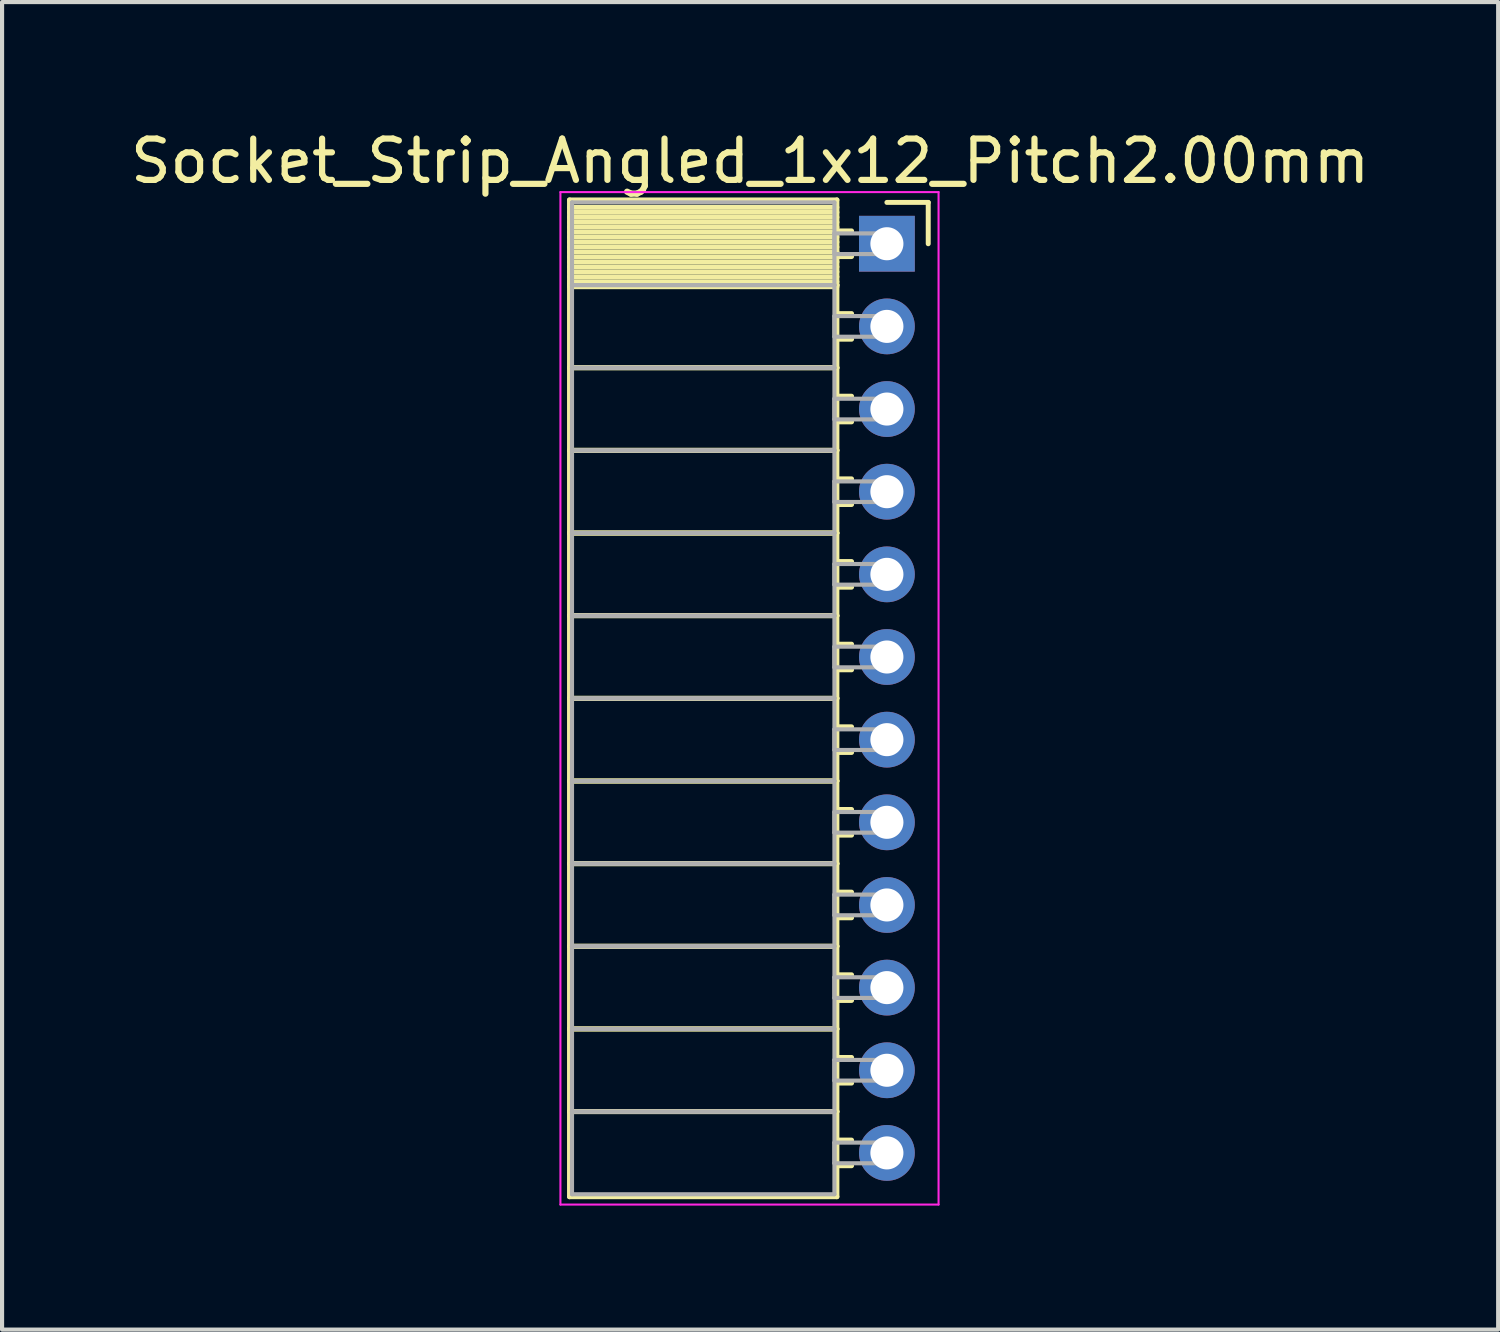
<source format=kicad_pcb>
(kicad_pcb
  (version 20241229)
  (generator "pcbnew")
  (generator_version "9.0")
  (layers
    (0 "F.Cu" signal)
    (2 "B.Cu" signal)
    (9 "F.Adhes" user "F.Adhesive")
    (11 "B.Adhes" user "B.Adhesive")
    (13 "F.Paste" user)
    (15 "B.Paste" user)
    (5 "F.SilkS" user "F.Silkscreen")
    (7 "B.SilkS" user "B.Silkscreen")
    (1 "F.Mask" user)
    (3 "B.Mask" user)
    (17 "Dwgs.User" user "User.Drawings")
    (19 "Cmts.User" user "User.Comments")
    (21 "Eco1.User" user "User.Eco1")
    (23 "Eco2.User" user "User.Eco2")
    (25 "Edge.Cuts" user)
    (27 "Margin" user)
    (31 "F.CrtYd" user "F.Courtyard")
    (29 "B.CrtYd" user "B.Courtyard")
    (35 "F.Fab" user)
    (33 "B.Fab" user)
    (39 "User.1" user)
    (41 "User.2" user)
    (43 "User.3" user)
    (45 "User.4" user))
  (footprint "Socket_Strip_Angled_1x12_Pitch2.00mm"
    (layer "F.Cu")
    (at 18.411 2.848)
    (property "Reference" "Socket_Strip_Angled_1x12_Pitch2.00mm" (at -3.31 -2 0) (layer "F.SilkS") (effects (font (size 1 1) (thickness 0.15))))
    (attr through_hole)
    (fp_line (start -7.68 -1.06) (end -1.21 -1.06) (stroke (width 0.12) (type solid)) (layer "F.SilkS"))
    (fp_line (start -7.68 1) (end -7.68 -1.06) (stroke (width 0.12) (type solid)) (layer "F.SilkS"))
    (fp_line (start -7.68 1) (end -1.21 1) (stroke (width 0.12) (type solid)) (layer "F.SilkS"))
    (fp_line (start -7.68 3) (end -7.68 1) (stroke (width 0.12) (type solid)) (layer "F.SilkS"))
    (fp_line (start -7.68 3) (end -1.21 3) (stroke (width 0.12) (type solid)) (layer "F.SilkS"))
    (fp_line (start -7.68 5) (end -7.68 3) (stroke (width 0.12) (type solid)) (layer "F.SilkS"))
    (fp_line (start -7.68 5) (end -1.21 5) (stroke (width 0.12) (type solid)) (layer "F.SilkS"))
    (fp_line (start -7.68 7) (end -7.68 5) (stroke (width 0.12) (type solid)) (layer "F.SilkS"))
    (fp_line (start -7.68 7) (end -1.21 7) (stroke (width 0.12) (type solid)) (layer "F.SilkS"))
    (fp_line (start -7.68 9) (end -7.68 7) (stroke (width 0.12) (type solid)) (layer "F.SilkS"))
    (fp_line (start -7.68 9) (end -1.21 9) (stroke (width 0.12) (type solid)) (layer "F.SilkS"))
    (fp_line (start -7.68 11) (end -7.68 9) (stroke (width 0.12) (type solid)) (layer "F.SilkS"))
    (fp_line (start -7.68 11) (end -1.21 11) (stroke (width 0.12) (type solid)) (layer "F.SilkS"))
    (fp_line (start -7.68 13) (end -7.68 11) (stroke (width 0.12) (type solid)) (layer "F.SilkS"))
    (fp_line (start -7.68 13) (end -1.21 13) (stroke (width 0.12) (type solid)) (layer "F.SilkS"))
    (fp_line (start -7.68 15) (end -7.68 13) (stroke (width 0.12) (type solid)) (layer "F.SilkS"))
    (fp_line (start -7.68 15) (end -1.21 15) (stroke (width 0.12) (type solid)) (layer "F.SilkS"))
    (fp_line (start -7.68 17) (end -7.68 15) (stroke (width 0.12) (type solid)) (layer "F.SilkS"))
    (fp_line (start -7.68 17) (end -1.21 17) (stroke (width 0.12) (type solid)) (layer "F.SilkS"))
    (fp_line (start -7.68 19) (end -7.68 17) (stroke (width 0.12) (type solid)) (layer "F.SilkS"))
    (fp_line (start -7.68 19) (end -1.21 19) (stroke (width 0.12) (type solid)) (layer "F.SilkS"))
    (fp_line (start -7.68 21) (end -7.68 19) (stroke (width 0.12) (type solid)) (layer "F.SilkS"))
    (fp_line (start -7.68 21) (end -1.21 21) (stroke (width 0.12) (type solid)) (layer "F.SilkS"))
    (fp_line (start -7.68 23.06) (end -7.68 21) (stroke (width 0.12) (type solid)) (layer "F.SilkS"))
    (fp_line (start -1.21 -1.06) (end -1.21 1) (stroke (width 0.12) (type solid)) (layer "F.SilkS"))
    (fp_line (start -1.21 -0.88) (end -7.68 -0.88) (stroke (width 0.12) (type solid)) (layer "F.SilkS"))
    (fp_line (start -1.21 -0.76) (end -7.68 -0.76) (stroke (width 0.12) (type solid)) (layer "F.SilkS"))
    (fp_line (start -1.21 -0.64) (end -7.68 -0.64) (stroke (width 0.12) (type solid)) (layer "F.SilkS"))
    (fp_line (start -1.21 -0.52) (end -7.68 -0.52) (stroke (width 0.12) (type solid)) (layer "F.SilkS"))
    (fp_line (start -1.21 -0.4) (end -7.68 -0.4) (stroke (width 0.12) (type solid)) (layer "F.SilkS"))
    (fp_line (start -1.21 -0.28) (end -7.68 -0.28) (stroke (width 0.12) (type solid)) (layer "F.SilkS"))
    (fp_line (start -1.21 -0.16) (end -7.68 -0.16) (stroke (width 0.12) (type solid)) (layer "F.SilkS"))
    (fp_line (start -1.21 -0.04) (end -7.68 -0.04) (stroke (width 0.12) (type solid)) (layer "F.SilkS"))
    (fp_line (start -1.21 0.08) (end -7.68 0.08) (stroke (width 0.12) (type solid)) (layer "F.SilkS"))
    (fp_line (start -1.21 0.2) (end -7.68 0.2) (stroke (width 0.12) (type solid)) (layer "F.SilkS"))
    (fp_line (start -1.21 0.32) (end -7.68 0.32) (stroke (width 0.12) (type solid)) (layer "F.SilkS"))
    (fp_line (start -1.21 0.44) (end -7.68 0.44) (stroke (width 0.12) (type solid)) (layer "F.SilkS"))
    (fp_line (start -1.21 0.56) (end -7.68 0.56) (stroke (width 0.12) (type solid)) (layer "F.SilkS"))
    (fp_line (start -1.21 0.68) (end -7.68 0.68) (stroke (width 0.12) (type solid)) (layer "F.SilkS"))
    (fp_line (start -1.21 0.8) (end -7.68 0.8) (stroke (width 0.12) (type solid)) (layer "F.SilkS"))
    (fp_line (start -1.21 0.92) (end -7.68 0.92) (stroke (width 0.12) (type solid)) (layer "F.SilkS"))
    (fp_line (start -1.21 1) (end -7.68 1) (stroke (width 0.12) (type solid)) (layer "F.SilkS"))
    (fp_line (start -1.21 1) (end -1.21 3) (stroke (width 0.12) (type solid)) (layer "F.SilkS"))
    (fp_line (start -1.21 1.04) (end -7.68 1.04) (stroke (width 0.12) (type solid)) (layer "F.SilkS"))
    (fp_line (start -1.21 3) (end -7.68 3) (stroke (width 0.12) (type solid)) (layer "F.SilkS"))
    (fp_line (start -1.21 3) (end -1.21 5) (stroke (width 0.12) (type solid)) (layer "F.SilkS"))
    (fp_line (start -1.21 5) (end -7.68 5) (stroke (width 0.12) (type solid)) (layer "F.SilkS"))
    (fp_line (start -1.21 5) (end -1.21 7) (stroke (width 0.12) (type solid)) (layer "F.SilkS"))
    (fp_line (start -1.21 7) (end -7.68 7) (stroke (width 0.12) (type solid)) (layer "F.SilkS"))
    (fp_line (start -1.21 7) (end -1.21 9) (stroke (width 0.12) (type solid)) (layer "F.SilkS"))
    (fp_line (start -1.21 9) (end -7.68 9) (stroke (width 0.12) (type solid)) (layer "F.SilkS"))
    (fp_line (start -1.21 9) (end -1.21 11) (stroke (width 0.12) (type solid)) (layer "F.SilkS"))
    (fp_line (start -1.21 11) (end -7.68 11) (stroke (width 0.12) (type solid)) (layer "F.SilkS"))
    (fp_line (start -1.21 11) (end -1.21 13) (stroke (width 0.12) (type solid)) (layer "F.SilkS"))
    (fp_line (start -1.21 13) (end -7.68 13) (stroke (width 0.12) (type solid)) (layer "F.SilkS"))
    (fp_line (start -1.21 13) (end -1.21 15) (stroke (width 0.12) (type solid)) (layer "F.SilkS"))
    (fp_line (start -1.21 15) (end -7.68 15) (stroke (width 0.12) (type solid)) (layer "F.SilkS"))
    (fp_line (start -1.21 15) (end -1.21 17) (stroke (width 0.12) (type solid)) (layer "F.SilkS"))
    (fp_line (start -1.21 17) (end -7.68 17) (stroke (width 0.12) (type solid)) (layer "F.SilkS"))
    (fp_line (start -1.21 17) (end -1.21 19) (stroke (width 0.12) (type solid)) (layer "F.SilkS"))
    (fp_line (start -1.21 19) (end -7.68 19) (stroke (width 0.12) (type solid)) (layer "F.SilkS"))
    (fp_line (start -1.21 19) (end -1.21 21) (stroke (width 0.12) (type solid)) (layer "F.SilkS"))
    (fp_line (start -1.21 21) (end -7.68 21) (stroke (width 0.12) (type solid)) (layer "F.SilkS"))
    (fp_line (start -1.21 21) (end -1.21 23.06) (stroke (width 0.12) (type solid)) (layer "F.SilkS"))
    (fp_line (start -1.21 23.06) (end -7.68 23.06) (stroke (width 0.12) (type solid)) (layer "F.SilkS"))
    (fp_line (start -0.855 -0.31) (end -1.21 -0.31) (stroke (width 0.12) (type solid)) (layer "F.SilkS"))
    (fp_line (start -0.855 0.31) (end -1.21 0.31) (stroke (width 0.12) (type solid)) (layer "F.SilkS"))
    (fp_line (start -0.855 1.69) (end -1.21 1.69) (stroke (width 0.12) (type solid)) (layer "F.SilkS"))
    (fp_line (start -0.855 2.31) (end -1.21 2.31) (stroke (width 0.12) (type solid)) (layer "F.SilkS"))
    (fp_line (start -0.855 3.69) (end -1.21 3.69) (stroke (width 0.12) (type solid)) (layer "F.SilkS"))
    (fp_line (start -0.855 4.31) (end -1.21 4.31) (stroke (width 0.12) (type solid)) (layer "F.SilkS"))
    (fp_line (start -0.855 5.69) (end -1.21 5.69) (stroke (width 0.12) (type solid)) (layer "F.SilkS"))
    (fp_line (start -0.855 6.31) (end -1.21 6.31) (stroke (width 0.12) (type solid)) (layer "F.SilkS"))
    (fp_line (start -0.855 7.69) (end -1.21 7.69) (stroke (width 0.12) (type solid)) (layer "F.SilkS"))
    (fp_line (start -0.855 8.31) (end -1.21 8.31) (stroke (width 0.12) (type solid)) (layer "F.SilkS"))
    (fp_line (start -0.855 9.69) (end -1.21 9.69) (stroke (width 0.12) (type solid)) (layer "F.SilkS"))
    (fp_line (start -0.855 10.31) (end -1.21 10.31) (stroke (width 0.12) (type solid)) (layer "F.SilkS"))
    (fp_line (start -0.855 11.69) (end -1.21 11.69) (stroke (width 0.12) (type solid)) (layer "F.SilkS"))
    (fp_line (start -0.855 12.31) (end -1.21 12.31) (stroke (width 0.12) (type solid)) (layer "F.SilkS"))
    (fp_line (start -0.855 13.69) (end -1.21 13.69) (stroke (width 0.12) (type solid)) (layer "F.SilkS"))
    (fp_line (start -0.855 14.31) (end -1.21 14.31) (stroke (width 0.12) (type solid)) (layer "F.SilkS"))
    (fp_line (start -0.855 15.69) (end -1.21 15.69) (stroke (width 0.12) (type solid)) (layer "F.SilkS"))
    (fp_line (start -0.855 16.31) (end -1.21 16.31) (stroke (width 0.12) (type solid)) (layer "F.SilkS"))
    (fp_line (start -0.855 17.69) (end -1.21 17.69) (stroke (width 0.12) (type solid)) (layer "F.SilkS"))
    (fp_line (start -0.855 18.31) (end -1.21 18.31) (stroke (width 0.12) (type solid)) (layer "F.SilkS"))
    (fp_line (start -0.855 19.69) (end -1.21 19.69) (stroke (width 0.12) (type solid)) (layer "F.SilkS"))
    (fp_line (start -0.855 20.31) (end -1.21 20.31) (stroke (width 0.12) (type solid)) (layer "F.SilkS"))
    (fp_line (start -0.855 21.69) (end -1.21 21.69) (stroke (width 0.12) (type solid)) (layer "F.SilkS"))
    (fp_line (start -0.855 22.31) (end -1.21 22.31) (stroke (width 0.12) (type solid)) (layer "F.SilkS"))
    (fp_line (start 0 -1) (end 1 -1) (stroke (width 0.12) (type solid)) (layer "F.SilkS"))
    (fp_line (start 1 -1) (end 1 0) (stroke (width 0.12) (type solid)) (layer "F.SilkS"))
    (fp_line (start -7.9 -1.25) (end 1.25 -1.25) (stroke (width 0.05) (type solid)) (layer "F.CrtYd"))
    (fp_line (start -7.9 23.25) (end -7.9 -1.25) (stroke (width 0.05) (type solid)) (layer "F.CrtYd"))
    (fp_line (start 1.25 -1.25) (end 1.25 23.25) (stroke (width 0.05) (type solid)) (layer "F.CrtYd"))
    (fp_line (start 1.25 23.25) (end -7.9 23.25) (stroke (width 0.05) (type solid)) (layer "F.CrtYd"))
    (fp_line (start -7.62 -1) (end -1.27 -1) (stroke (width 0.1) (type solid)) (layer "F.Fab"))
    (fp_line (start -7.62 1) (end -7.62 -1) (stroke (width 0.1) (type solid)) (layer "F.Fab"))
    (fp_line (start -7.62 1) (end -1.27 1) (stroke (width 0.1) (type solid)) (layer "F.Fab"))
    (fp_line (start -7.62 3) (end -7.62 1) (stroke (width 0.1) (type solid)) (layer "F.Fab"))
    (fp_line (start -7.62 3) (end -1.27 3) (stroke (width 0.1) (type solid)) (layer "F.Fab"))
    (fp_line (start -7.62 5) (end -7.62 3) (stroke (width 0.1) (type solid)) (layer "F.Fab"))
    (fp_line (start -7.62 5) (end -1.27 5) (stroke (width 0.1) (type solid)) (layer "F.Fab"))
    (fp_line (start -7.62 7) (end -7.62 5) (stroke (width 0.1) (type solid)) (layer "F.Fab"))
    (fp_line (start -7.62 7) (end -1.27 7) (stroke (width 0.1) (type solid)) (layer "F.Fab"))
    (fp_line (start -7.62 9) (end -7.62 7) (stroke (width 0.1) (type solid)) (layer "F.Fab"))
    (fp_line (start -7.62 9) (end -1.27 9) (stroke (width 0.1) (type solid)) (layer "F.Fab"))
    (fp_line (start -7.62 11) (end -7.62 9) (stroke (width 0.1) (type solid)) (layer "F.Fab"))
    (fp_line (start -7.62 11) (end -1.27 11) (stroke (width 0.1) (type solid)) (layer "F.Fab"))
    (fp_line (start -7.62 13) (end -7.62 11) (stroke (width 0.1) (type solid)) (layer "F.Fab"))
    (fp_line (start -7.62 13) (end -1.27 13) (stroke (width 0.1) (type solid)) (layer "F.Fab"))
    (fp_line (start -7.62 15) (end -7.62 13) (stroke (width 0.1) (type solid)) (layer "F.Fab"))
    (fp_line (start -7.62 15) (end -1.27 15) (stroke (width 0.1) (type solid)) (layer "F.Fab"))
    (fp_line (start -7.62 17) (end -7.62 15) (stroke (width 0.1) (type solid)) (layer "F.Fab"))
    (fp_line (start -7.62 17) (end -1.27 17) (stroke (width 0.1) (type solid)) (layer "F.Fab"))
    (fp_line (start -7.62 19) (end -7.62 17) (stroke (width 0.1) (type solid)) (layer "F.Fab"))
    (fp_line (start -7.62 19) (end -1.27 19) (stroke (width 0.1) (type solid)) (layer "F.Fab"))
    (fp_line (start -7.62 21) (end -7.62 19) (stroke (width 0.1) (type solid)) (layer "F.Fab"))
    (fp_line (start -7.62 21) (end -1.27 21) (stroke (width 0.1) (type solid)) (layer "F.Fab"))
    (fp_line (start -7.62 23) (end -7.62 21) (stroke (width 0.1) (type solid)) (layer "F.Fab"))
    (fp_line (start -1.27 -1) (end -1.27 1) (stroke (width 0.1) (type solid)) (layer "F.Fab"))
    (fp_line (start -1.27 -0.25) (end 0 -0.25) (stroke (width 0.1) (type solid)) (layer "F.Fab"))
    (fp_line (start -1.27 0.25) (end -1.27 -0.25) (stroke (width 0.1) (type solid)) (layer "F.Fab"))
    (fp_line (start -1.27 1) (end -7.62 1) (stroke (width 0.1) (type solid)) (layer "F.Fab"))
    (fp_line (start -1.27 1) (end -1.27 3) (stroke (width 0.1) (type solid)) (layer "F.Fab"))
    (fp_line (start -1.27 1.75) (end 0 1.75) (stroke (width 0.1) (type solid)) (layer "F.Fab"))
    (fp_line (start -1.27 2.25) (end -1.27 1.75) (stroke (width 0.1) (type solid)) (layer "F.Fab"))
    (fp_line (start -1.27 3) (end -7.62 3) (stroke (width 0.1) (type solid)) (layer "F.Fab"))
    (fp_line (start -1.27 3) (end -1.27 5) (stroke (width 0.1) (type solid)) (layer "F.Fab"))
    (fp_line (start -1.27 3.75) (end 0 3.75) (stroke (width 0.1) (type solid)) (layer "F.Fab"))
    (fp_line (start -1.27 4.25) (end -1.27 3.75) (stroke (width 0.1) (type solid)) (layer "F.Fab"))
    (fp_line (start -1.27 5) (end -7.62 5) (stroke (width 0.1) (type solid)) (layer "F.Fab"))
    (fp_line (start -1.27 5) (end -1.27 7) (stroke (width 0.1) (type solid)) (layer "F.Fab"))
    (fp_line (start -1.27 5.75) (end 0 5.75) (stroke (width 0.1) (type solid)) (layer "F.Fab"))
    (fp_line (start -1.27 6.25) (end -1.27 5.75) (stroke (width 0.1) (type solid)) (layer "F.Fab"))
    (fp_line (start -1.27 7) (end -7.62 7) (stroke (width 0.1) (type solid)) (layer "F.Fab"))
    (fp_line (start -1.27 7) (end -1.27 9) (stroke (width 0.1) (type solid)) (layer "F.Fab"))
    (fp_line (start -1.27 7.75) (end 0 7.75) (stroke (width 0.1) (type solid)) (layer "F.Fab"))
    (fp_line (start -1.27 8.25) (end -1.27 7.75) (stroke (width 0.1) (type solid)) (layer "F.Fab"))
    (fp_line (start -1.27 9) (end -7.62 9) (stroke (width 0.1) (type solid)) (layer "F.Fab"))
    (fp_line (start -1.27 9) (end -1.27 11) (stroke (width 0.1) (type solid)) (layer "F.Fab"))
    (fp_line (start -1.27 9.75) (end 0 9.75) (stroke (width 0.1) (type solid)) (layer "F.Fab"))
    (fp_line (start -1.27 10.25) (end -1.27 9.75) (stroke (width 0.1) (type solid)) (layer "F.Fab"))
    (fp_line (start -1.27 11) (end -7.62 11) (stroke (width 0.1) (type solid)) (layer "F.Fab"))
    (fp_line (start -1.27 11) (end -1.27 13) (stroke (width 0.1) (type solid)) (layer "F.Fab"))
    (fp_line (start -1.27 11.75) (end 0 11.75) (stroke (width 0.1) (type solid)) (layer "F.Fab"))
    (fp_line (start -1.27 12.25) (end -1.27 11.75) (stroke (width 0.1) (type solid)) (layer "F.Fab"))
    (fp_line (start -1.27 13) (end -7.62 13) (stroke (width 0.1) (type solid)) (layer "F.Fab"))
    (fp_line (start -1.27 13) (end -1.27 15) (stroke (width 0.1) (type solid)) (layer "F.Fab"))
    (fp_line (start -1.27 13.75) (end 0 13.75) (stroke (width 0.1) (type solid)) (layer "F.Fab"))
    (fp_line (start -1.27 14.25) (end -1.27 13.75) (stroke (width 0.1) (type solid)) (layer "F.Fab"))
    (fp_line (start -1.27 15) (end -7.62 15) (stroke (width 0.1) (type solid)) (layer "F.Fab"))
    (fp_line (start -1.27 15) (end -1.27 17) (stroke (width 0.1) (type solid)) (layer "F.Fab"))
    (fp_line (start -1.27 15.75) (end 0 15.75) (stroke (width 0.1) (type solid)) (layer "F.Fab"))
    (fp_line (start -1.27 16.25) (end -1.27 15.75) (stroke (width 0.1) (type solid)) (layer "F.Fab"))
    (fp_line (start -1.27 17) (end -7.62 17) (stroke (width 0.1) (type solid)) (layer "F.Fab"))
    (fp_line (start -1.27 17) (end -1.27 19) (stroke (width 0.1) (type solid)) (layer "F.Fab"))
    (fp_line (start -1.27 17.75) (end 0 17.75) (stroke (width 0.1) (type solid)) (layer "F.Fab"))
    (fp_line (start -1.27 18.25) (end -1.27 17.75) (stroke (width 0.1) (type solid)) (layer "F.Fab"))
    (fp_line (start -1.27 19) (end -7.62 19) (stroke (width 0.1) (type solid)) (layer "F.Fab"))
    (fp_line (start -1.27 19) (end -1.27 21) (stroke (width 0.1) (type solid)) (layer "F.Fab"))
    (fp_line (start -1.27 19.75) (end 0 19.75) (stroke (width 0.1) (type solid)) (layer "F.Fab"))
    (fp_line (start -1.27 20.25) (end -1.27 19.75) (stroke (width 0.1) (type solid)) (layer "F.Fab"))
    (fp_line (start -1.27 21) (end -7.62 21) (stroke (width 0.1) (type solid)) (layer "F.Fab"))
    (fp_line (start -1.27 21) (end -1.27 23) (stroke (width 0.1) (type solid)) (layer "F.Fab"))
    (fp_line (start -1.27 21.75) (end 0 21.75) (stroke (width 0.1) (type solid)) (layer "F.Fab"))
    (fp_line (start -1.27 22.25) (end -1.27 21.75) (stroke (width 0.1) (type solid)) (layer "F.Fab"))
    (fp_line (start -1.27 23) (end -7.62 23) (stroke (width 0.1) (type solid)) (layer "F.Fab"))
    (fp_line (start 0 -0.25) (end 0 0.25) (stroke (width 0.1) (type solid)) (layer "F.Fab"))
    (fp_line (start 0 0.25) (end -1.27 0.25) (stroke (width 0.1) (type solid)) (layer "F.Fab"))
    (fp_line (start 0 1.75) (end 0 2.25) (stroke (width 0.1) (type solid)) (layer "F.Fab"))
    (fp_line (start 0 2.25) (end -1.27 2.25) (stroke (width 0.1) (type solid)) (layer "F.Fab"))
    (fp_line (start 0 3.75) (end 0 4.25) (stroke (width 0.1) (type solid)) (layer "F.Fab"))
    (fp_line (start 0 4.25) (end -1.27 4.25) (stroke (width 0.1) (type solid)) (layer "F.Fab"))
    (fp_line (start 0 5.75) (end 0 6.25) (stroke (width 0.1) (type solid)) (layer "F.Fab"))
    (fp_line (start 0 6.25) (end -1.27 6.25) (stroke (width 0.1) (type solid)) (layer "F.Fab"))
    (fp_line (start 0 7.75) (end 0 8.25) (stroke (width 0.1) (type solid)) (layer "F.Fab"))
    (fp_line (start 0 8.25) (end -1.27 8.25) (stroke (width 0.1) (type solid)) (layer "F.Fab"))
    (fp_line (start 0 9.75) (end 0 10.25) (stroke (width 0.1) (type solid)) (layer "F.Fab"))
    (fp_line (start 0 10.25) (end -1.27 10.25) (stroke (width 0.1) (type solid)) (layer "F.Fab"))
    (fp_line (start 0 11.75) (end 0 12.25) (stroke (width 0.1) (type solid)) (layer "F.Fab"))
    (fp_line (start 0 12.25) (end -1.27 12.25) (stroke (width 0.1) (type solid)) (layer "F.Fab"))
    (fp_line (start 0 13.75) (end 0 14.25) (stroke (width 0.1) (type solid)) (layer "F.Fab"))
    (fp_line (start 0 14.25) (end -1.27 14.25) (stroke (width 0.1) (type solid)) (layer "F.Fab"))
    (fp_line (start 0 15.75) (end 0 16.25) (stroke (width 0.1) (type solid)) (layer "F.Fab"))
    (fp_line (start 0 16.25) (end -1.27 16.25) (stroke (width 0.1) (type solid)) (layer "F.Fab"))
    (fp_line (start 0 17.75) (end 0 18.25) (stroke (width 0.1) (type solid)) (layer "F.Fab"))
    (fp_line (start 0 18.25) (end -1.27 18.25) (stroke (width 0.1) (type solid)) (layer "F.Fab"))
    (fp_line (start 0 19.75) (end 0 20.25) (stroke (width 0.1) (type solid)) (layer "F.Fab"))
    (fp_line (start 0 20.25) (end -1.27 20.25) (stroke (width 0.1) (type solid)) (layer "F.Fab"))
    (fp_line (start 0 21.75) (end 0 22.25) (stroke (width 0.1) (type solid)) (layer "F.Fab"))
    (fp_line (start 0 22.25) (end -1.27 22.25) (stroke (width 0.1) (type solid)) (layer "F.Fab"))
    (pad "1" thru_hole rect (at 0 0) (size 1.35 1.35) (drill 0.8) (layers "*.Cu" "*.Mask"))
    (pad "2" thru_hole oval (at 0 2) (size 1.35 1.35) (drill 0.8) (layers "*.Cu" "*.Mask"))
    (pad "3" thru_hole oval (at 0 4) (size 1.35 1.35) (drill 0.8) (layers "*.Cu" "*.Mask"))
    (pad "4" thru_hole oval (at 0 6) (size 1.35 1.35) (drill 0.8) (layers "*.Cu" "*.Mask"))
    (pad "5" thru_hole oval (at 0 8) (size 1.35 1.35) (drill 0.8) (layers "*.Cu" "*.Mask"))
    (pad "6" thru_hole oval (at 0 10) (size 1.35 1.35) (drill 0.8) (layers "*.Cu" "*.Mask"))
    (pad "7" thru_hole oval (at 0 12) (size 1.35 1.35) (drill 0.8) (layers "*.Cu" "*.Mask"))
    (pad "8" thru_hole oval (at 0 14) (size 1.35 1.35) (drill 0.8) (layers "*.Cu" "*.Mask"))
    (pad "9" thru_hole oval (at 0 16) (size 1.35 1.35) (drill 0.8) (layers "*.Cu" "*.Mask"))
    (pad "10" thru_hole oval (at 0 18) (size 1.35 1.35) (drill 0.8) (layers "*.Cu" "*.Mask"))
    (pad "11" thru_hole oval (at 0 20) (size 1.35 1.35) (drill 0.8) (layers "*.Cu" "*.Mask"))
    (pad "12" thru_hole oval (at 0 22) (size 1.35 1.35) (drill 0.8) (layers "*.Cu" "*.Mask")))
  (gr_rect
    (start -3 -3)
    (end 33.202 29.123)
    (stroke (width 0.1) (type default))
    (fill no)
    (layer "Edge.Cuts")))
</source>
